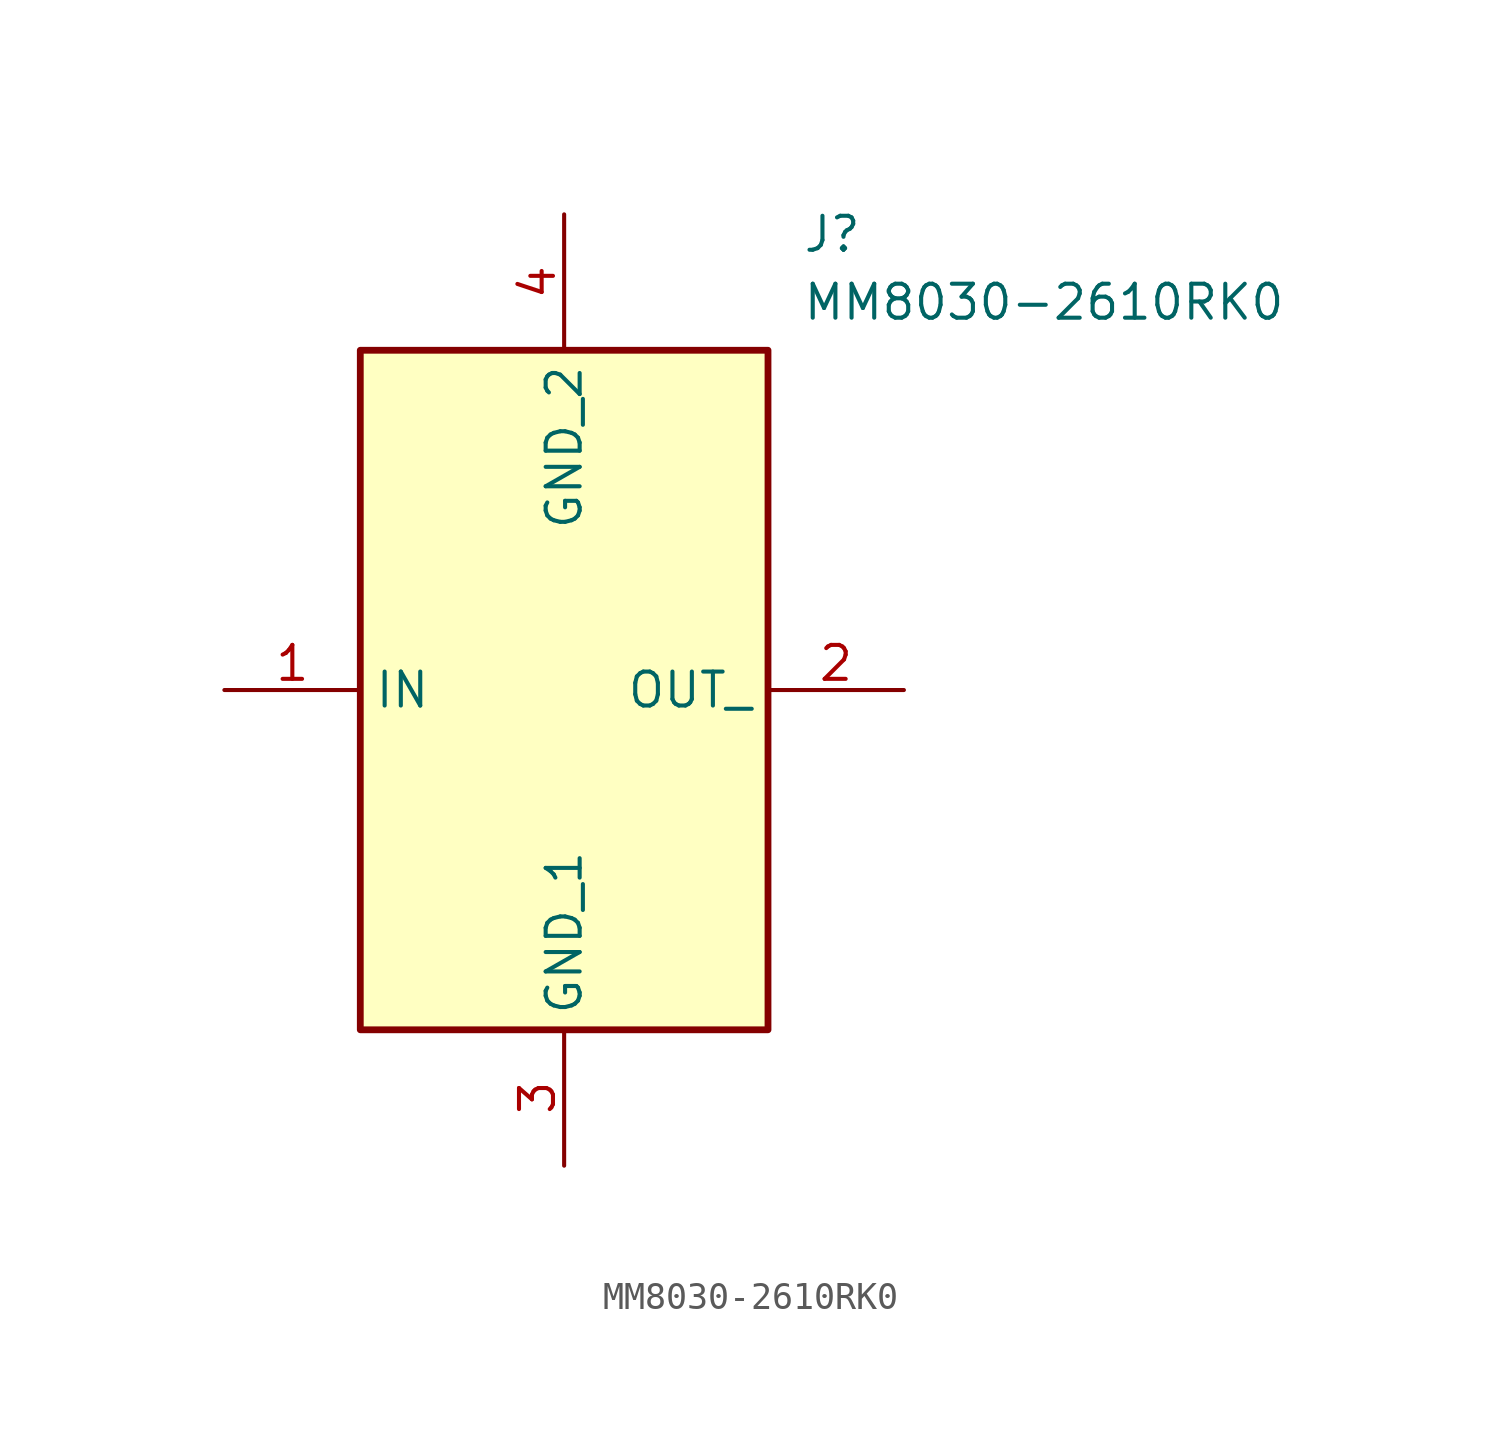
<source format=kicad_sym>
(kicad_symbol_lib
  (version 20220914)
  (generator SamacSys_ECAD_Model)
  (symbol "MM8030-2610RK0"
    (property "Reference" "J"
      (at 21.59 17.78 0)
      (effects (font (size 1.27 1.27)) (justify left top)))
    (property "Value" "MM8030-2610RK0"
      (at 21.59 15.24 0)
      (effects (font (size 1.27 1.27)) (justify left top)))
    (rectangle
      (start 5.08 12.7)
      (end 20.32 -12.7)
      (stroke (width 0.254) (type default))
      (fill (type background)))
    (pin passive line
      (at 0 0 0)
      (length 5.08)
      (name "IN" (effects (font (size 1.27 1.27))))
      (number "1" (effects (font (size 1.27 1.27)))))
    (pin passive line
      (at 25.4 0 180)
      (length 5.08)
      (name "OUT_" (effects (font (size 1.27 1.27))))
      (number "2" (effects (font (size 1.27 1.27)))))
    (pin passive line
      (at 12.7 -17.78 90)
      (length 5.08)
      (name "GND_1" (effects (font (size 1.27 1.27))))
      (number "3" (effects (font (size 1.27 1.27)))))
    (pin passive line
      (at 12.7 17.78 270)
      (length 5.08)
      (name "GND_2" (effects (font (size 1.27 1.27))))
      (number "4" (effects (font (size 1.27 1.27)))))))
</source>
